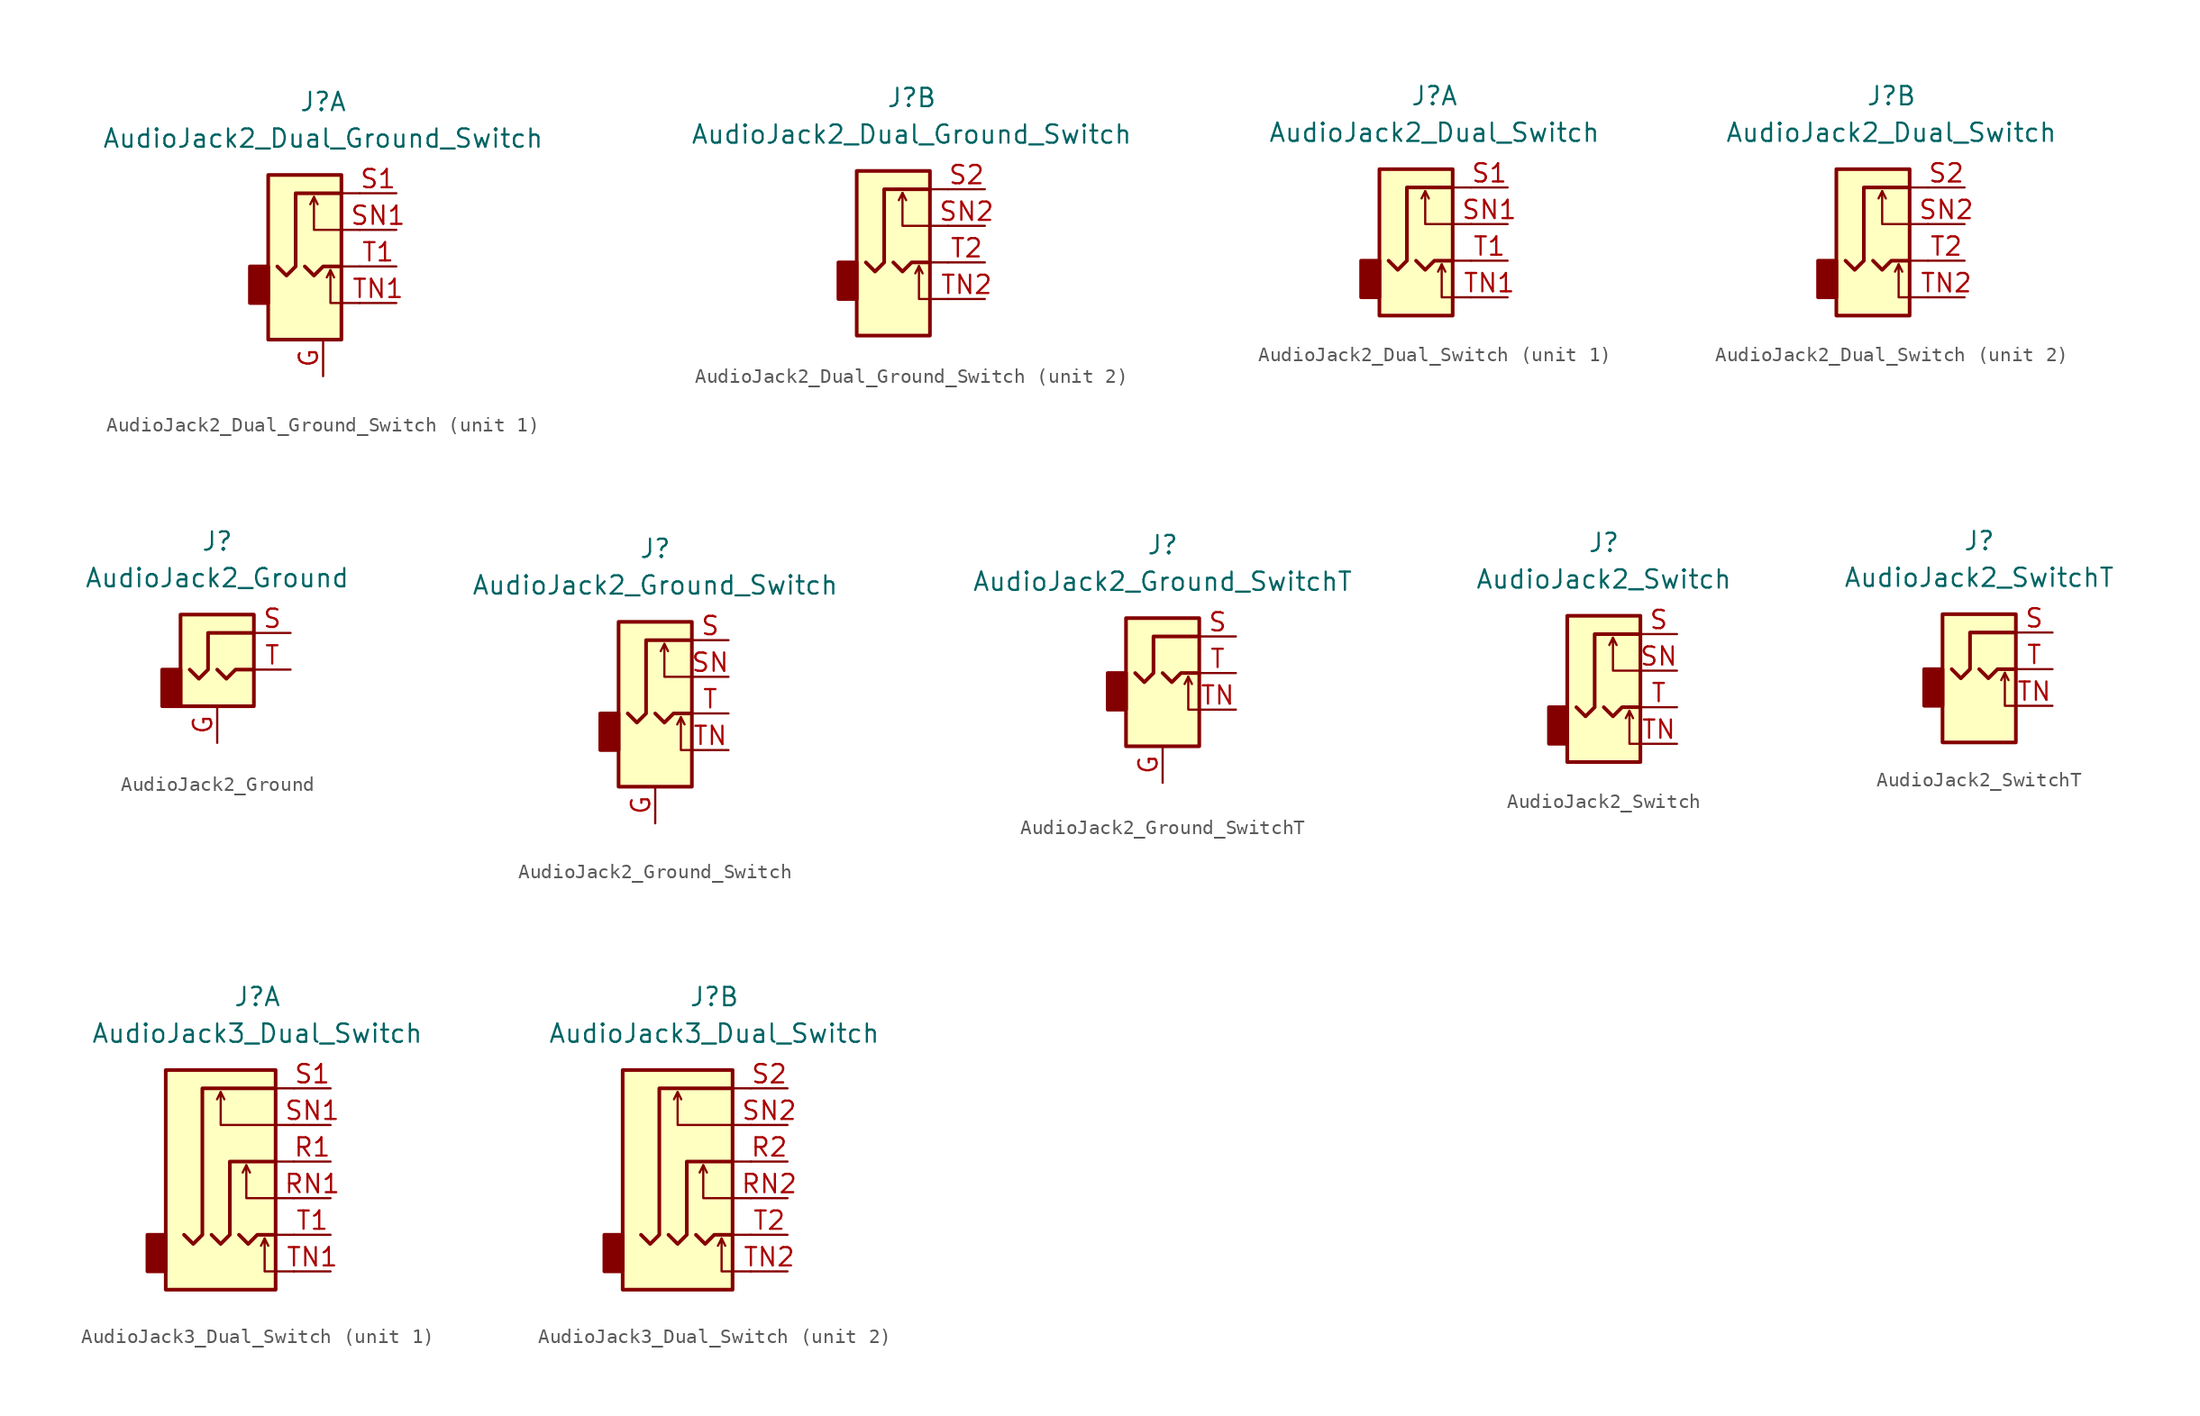
<source format=kicad_sym>
(kicad_symbol_lib
  (version 20241209)
  (generator "kicad_symbol_editor")
  (generator_version "9.0")
  (symbol "AudioJack2_Dual_Ground_Switch"
    (property "Reference" "J"
      (at 0 11.43 0)
      (effects (font (size 1.27 1.27))))
    (property "Value" "AudioJack2_Dual_Ground_Switch"
      (at 0 8.89 0)
      (effects (font (size 1.27 1.27))))
    (symbol "AudioJack2_Dual_Ground_Switch_0_1"
      (rectangle (start -5.08 0) (end -3.81 -2.54) (stroke (width 0.254) (type default)) (fill (type outline)))
      (polyline (pts (xy -1.27 0) (xy -0.635 -0.635) (xy 0 0) (xy 1.27 0)) (stroke (width 0.254) (type default)) (fill (type none)))
      (polyline (pts (xy -0.635 4.826) (xy -0.381 4.318)) (stroke (width 0) (type default)) (fill (type none)))
      (polyline (pts (xy 0.508 -0.254) (xy 0.762 -0.762)) (stroke (width 0) (type default)) (fill (type none)))
      (rectangle (start 1.27 6.35) (end -3.81 -5.08) (stroke (width 0.254) (type default)) (fill (type background)))
      (polyline (pts (xy 1.27 5.08) (xy -1.905 5.08) (xy -1.905 0) (xy -2.54 -0.635) (xy -3.175 0)) (stroke (width 0.254) (type default)) (fill (type none)))
      (polyline (pts (xy 1.27 2.54) (xy 2.54 2.54)) (stroke (width 0) (type default)) (fill (type none)))
      (polyline (pts (xy 1.27 2.54) (xy -0.635 2.54) (xy -0.635 4.826) (xy -0.889 4.318)) (stroke (width 0) (type default)) (fill (type none)))
      (polyline (pts (xy 1.27 -2.54) (xy 2.54 -2.54)) (stroke (width 0) (type default)) (fill (type none)))
      (polyline (pts (xy 1.27 -2.54) (xy 0.508 -2.54) (xy 0.508 -0.254) (xy 0.254 -0.762)) (stroke (width 0) (type default)) (fill (type none)))
      (polyline (pts (xy 2.54 5.08) (xy 1.27 5.08)) (stroke (width 0) (type default)) (fill (type none)))
      (polyline (pts (xy 2.54 0) (xy 1.27 0)) (stroke (width 0) (type default)) (fill (type none))))
    (symbol "AudioJack2_Dual_Ground_Switch_1_1"
      (pin passive line (at 0 -7.62 90) (length 2.54) (name "~" (effects (font (size 1.27 1.27)))) (number "G" (effects (font (size 1.27 1.27)))))
      (pin passive line (at 5.08 5.08 180) (length 2.54) (name "~" (effects (font (size 1.27 1.27)))) (number "S1" (effects (font (size 1.27 1.27)))))
      (pin passive line (at 5.08 2.54 180) (length 2.54) (name "~" (effects (font (size 1.27 1.27)))) (number "SN1" (effects (font (size 1.27 1.27)))))
      (pin passive line (at 5.08 0 180) (length 2.54) (name "~" (effects (font (size 1.27 1.27)))) (number "T1" (effects (font (size 1.27 1.27)))))
      (pin passive line (at 5.08 -2.54 180) (length 2.54) (name "~" (effects (font (size 1.27 1.27)))) (number "TN1" (effects (font (size 1.27 1.27))))))
    (symbol "AudioJack2_Dual_Ground_Switch_2_1"
      (pin passive line (at 5.08 5.08 180) (length 2.54) (name "~" (effects (font (size 1.27 1.27)))) (number "S2" (effects (font (size 1.27 1.27)))))
      (pin passive line (at 5.08 2.54 180) (length 2.54) (name "~" (effects (font (size 1.27 1.27)))) (number "SN2" (effects (font (size 1.27 1.27)))))
      (pin passive line (at 5.08 0 180) (length 2.54) (name "~" (effects (font (size 1.27 1.27)))) (number "T2" (effects (font (size 1.27 1.27)))))
      (pin passive line (at 5.08 -2.54 180) (length 2.54) (name "~" (effects (font (size 1.27 1.27)))) (number "TN2" (effects (font (size 1.27 1.27)))))))
  (symbol "AudioJack2_Dual_Switch"
    (property "Reference" "J"
      (at 0 11.43 0)
      (effects (font (size 1.27 1.27))))
    (property "Value" "AudioJack2_Dual_Switch"
      (at 0 8.89 0)
      (effects (font (size 1.27 1.27))))
    (symbol "AudioJack2_Dual_Switch_0_1"
      (rectangle (start -3.81 -2.54) (end -5.08 0) (stroke (width 0.254) (type default)) (fill (type outline)))
      (polyline (pts (xy -1.27 0) (xy -0.635 -0.635) (xy 0 0) (xy 1.27 0)) (stroke (width 0.254) (type default)) (fill (type none)))
      (polyline (pts (xy -0.635 4.826) (xy -0.381 4.318)) (stroke (width 0) (type default)) (fill (type none)))
      (polyline (pts (xy 0.508 -0.254) (xy 0.762 -0.762)) (stroke (width 0) (type default)) (fill (type none)))
      (rectangle (start 1.27 6.35) (end -3.81 -3.81) (stroke (width 0.254) (type default)) (fill (type background)))
      (polyline (pts (xy 1.27 5.08) (xy -1.905 5.08) (xy -1.905 0) (xy -2.54 -0.635) (xy -3.175 0)) (stroke (width 0.254) (type default)) (fill (type none)))
      (polyline (pts (xy 1.27 2.54) (xy 2.54 2.54)) (stroke (width 0) (type default)) (fill (type none)))
      (polyline (pts (xy 1.27 2.54) (xy -0.635 2.54) (xy -0.635 4.826) (xy -0.889 4.318)) (stroke (width 0) (type default)) (fill (type none)))
      (polyline (pts (xy 1.27 -2.54) (xy 2.54 -2.54)) (stroke (width 0) (type default)) (fill (type none)))
      (polyline (pts (xy 1.27 -2.54) (xy 0.508 -2.54) (xy 0.508 -0.254) (xy 0.254 -0.762)) (stroke (width 0) (type default)) (fill (type none)))
      (polyline (pts (xy 2.54 5.08) (xy 1.27 5.08)) (stroke (width 0) (type default)) (fill (type none)))
      (polyline (pts (xy 2.54 0) (xy 1.27 0)) (stroke (width 0) (type default)) (fill (type none))))
    (symbol "AudioJack2_Dual_Switch_1_1"
      (pin passive line (at 5.08 5.08 180) (length 2.54) (name "~" (effects (font (size 1.27 1.27)))) (number "S1" (effects (font (size 1.27 1.27)))))
      (pin passive line (at 5.08 2.54 180) (length 2.54) (name "~" (effects (font (size 1.27 1.27)))) (number "SN1" (effects (font (size 1.27 1.27)))))
      (pin passive line (at 5.08 0 180) (length 2.54) (name "~" (effects (font (size 1.27 1.27)))) (number "T1" (effects (font (size 1.27 1.27)))))
      (pin passive line (at 5.08 -2.54 180) (length 2.54) (name "~" (effects (font (size 1.27 1.27)))) (number "TN1" (effects (font (size 1.27 1.27))))))
    (symbol "AudioJack2_Dual_Switch_2_1"
      (pin passive line (at 5.08 5.08 180) (length 2.54) (name "~" (effects (font (size 1.27 1.27)))) (number "S2" (effects (font (size 1.27 1.27)))))
      (pin passive line (at 5.08 2.54 180) (length 2.54) (name "~" (effects (font (size 1.27 1.27)))) (number "SN2" (effects (font (size 1.27 1.27)))))
      (pin passive line (at 5.08 0 180) (length 2.54) (name "~" (effects (font (size 1.27 1.27)))) (number "T2" (effects (font (size 1.27 1.27)))))
      (pin passive line (at 5.08 -2.54 180) (length 2.54) (name "~" (effects (font (size 1.27 1.27)))) (number "TN2" (effects (font (size 1.27 1.27)))))))
  (symbol "AudioJack2_Ground"
    (property "Reference" "J"
      (at 0 8.89 0)
      (effects (font (size 1.27 1.27))))
    (property "Value" "AudioJack2_Ground"
      (at 0 6.35 0)
      (effects (font (size 1.27 1.27))))
    (symbol "AudioJack2_Ground_0_1"
      (rectangle (start -2.54 -2.54) (end -3.81 0) (stroke (width 0.254) (type default)) (fill (type outline)))
      (polyline (pts (xy 0 0) (xy 0.635 -0.635) (xy 1.27 0) (xy 2.54 0)) (stroke (width 0.254) (type default)) (fill (type none)))
      (rectangle (start 2.54 3.81) (end -2.54 -2.54) (stroke (width 0.254) (type default)) (fill (type background)))
      (polyline (pts (xy 2.54 2.54) (xy -0.635 2.54) (xy -0.635 0) (xy -1.27 -0.635) (xy -1.905 0)) (stroke (width 0.254) (type default)) (fill (type none))))
    (symbol "AudioJack2_Ground_1_1"
      (pin passive line (at 0 -5.08 90) (length 2.54) (name "~" (effects (font (size 1.27 1.27)))) (number "G" (effects (font (size 1.27 1.27)))))
      (pin passive line (at 5.08 2.54 180) (length 2.54) (name "~" (effects (font (size 1.27 1.27)))) (number "S" (effects (font (size 1.27 1.27)))))
      (pin passive line (at 5.08 0 180) (length 2.54) (name "~" (effects (font (size 1.27 1.27)))) (number "T" (effects (font (size 1.27 1.27)))))))
  (symbol "AudioJack2_Ground_Switch"
    (property "Reference" "J"
      (at 0 11.43 0)
      (effects (font (size 1.27 1.27))))
    (property "Value" "AudioJack2_Ground_Switch"
      (at 0 8.89 0)
      (effects (font (size 1.27 1.27))))
    (symbol "AudioJack2_Ground_Switch_0_1"
      (rectangle (start -2.54 -2.54) (end -3.81 0) (stroke (width 0.254) (type default)) (fill (type outline)))
      (rectangle (start 2.54 6.35) (end -2.54 -5.08) (stroke (width 0.254) (type default)) (fill (type background))))
    (symbol "AudioJack2_Ground_Switch_1_1"
      (polyline (pts (xy 0 0) (xy 0.635 -0.635) (xy 1.27 0) (xy 2.54 0)) (stroke (width 0.254) (type default)) (fill (type none)))
      (polyline (pts (xy 0.635 4.826) (xy 0.889 4.318)) (stroke (width 0) (type default)) (fill (type none)))
      (polyline (pts (xy 1.778 -0.254) (xy 2.032 -0.762)) (stroke (width 0) (type default)) (fill (type none)))
      (polyline (pts (xy 2.54 5.08) (xy -0.635 5.08) (xy -0.635 0) (xy -1.27 -0.635) (xy -1.905 0)) (stroke (width 0.254) (type default)) (fill (type none)))
      (polyline (pts (xy 2.54 2.54) (xy 0.635 2.54) (xy 0.635 4.826) (xy 0.381 4.318)) (stroke (width 0) (type default)) (fill (type none)))
      (polyline (pts (xy 2.54 -2.54) (xy 1.778 -2.54) (xy 1.778 -0.254) (xy 1.524 -0.762)) (stroke (width 0) (type default)) (fill (type none)))
      (pin passive line (at 0 -7.62 90) (length 2.54) (name "~" (effects (font (size 1.27 1.27)))) (number "G" (effects (font (size 1.27 1.27)))))
      (pin passive line (at 5.08 5.08 180) (length 2.54) (name "~" (effects (font (size 1.27 1.27)))) (number "S" (effects (font (size 1.27 1.27)))))
      (pin passive line (at 5.08 2.54 180) (length 2.54) (name "~" (effects (font (size 1.27 1.27)))) (number "SN" (effects (font (size 1.27 1.27)))))
      (pin passive line (at 5.08 0 180) (length 2.54) (name "~" (effects (font (size 1.27 1.27)))) (number "T" (effects (font (size 1.27 1.27)))))
      (pin passive line (at 5.08 -2.54 180) (length 2.54) (name "~" (effects (font (size 1.27 1.27)))) (number "TN" (effects (font (size 1.27 1.27)))))))
  (symbol "AudioJack2_Ground_SwitchT"
    (property "Reference" "J"
      (at 0 8.89 0)
      (effects (font (size 1.27 1.27))))
    (property "Value" "AudioJack2_Ground_SwitchT"
      (at 0 6.35 0)
      (effects (font (size 1.27 1.27))))
    (symbol "AudioJack2_Ground_SwitchT_0_1"
      (rectangle (start -2.54 0) (end -3.81 -2.54) (stroke (width 0.254) (type default)) (fill (type outline)))
      (polyline (pts (xy 0 0) (xy 0.635 -0.635) (xy 1.27 0) (xy 2.54 0)) (stroke (width 0.254) (type default)) (fill (type none)))
      (polyline (pts (xy 1.778 -0.254) (xy 2.032 -0.762)) (stroke (width 0) (type default)) (fill (type none)))
      (rectangle (start 2.54 3.81) (end -2.54 -5.08) (stroke (width 0.254) (type default)) (fill (type background)))
      (polyline (pts (xy 2.54 2.54) (xy -0.635 2.54) (xy -0.635 0) (xy -1.27 -0.635) (xy -1.905 0)) (stroke (width 0.254) (type default)) (fill (type none)))
      (polyline (pts (xy 2.54 -2.54) (xy 1.778 -2.54) (xy 1.778 -0.254) (xy 1.524 -0.762)) (stroke (width 0) (type default)) (fill (type none))))
    (symbol "AudioJack2_Ground_SwitchT_1_1"
      (pin passive line (at 0 -7.62 90) (length 2.54) (name "~" (effects (font (size 1.27 1.27)))) (number "G" (effects (font (size 1.27 1.27)))))
      (pin passive line (at 5.08 2.54 180) (length 2.54) (name "~" (effects (font (size 1.27 1.27)))) (number "S" (effects (font (size 1.27 1.27)))))
      (pin passive line (at 5.08 0 180) (length 2.54) (name "~" (effects (font (size 1.27 1.27)))) (number "T" (effects (font (size 1.27 1.27)))))
      (pin passive line (at 5.08 -2.54 180) (length 2.54) (name "~" (effects (font (size 1.27 1.27)))) (number "TN" (effects (font (size 1.27 1.27)))))))
  (symbol "AudioJack2_Switch"
    (property "Reference" "J"
      (at 0 11.43 0)
      (effects (font (size 1.27 1.27))))
    (property "Value" "AudioJack2_Switch"
      (at 0 8.89 0)
      (effects (font (size 1.27 1.27))))
    (symbol "AudioJack2_Switch_0_1"
      (rectangle (start -2.54 0) (end -3.81 -2.54) (stroke (width 0.254) (type default)) (fill (type outline)))
      (rectangle (start 2.54 6.35) (end -2.54 -3.81) (stroke (width 0.254) (type default)) (fill (type background))))
    (symbol "AudioJack2_Switch_1_1"
      (polyline (pts (xy 0 0) (xy 0.635 -0.635) (xy 1.27 0) (xy 2.54 0)) (stroke (width 0.254) (type default)) (fill (type none)))
      (polyline (pts (xy 0.635 4.826) (xy 0.889 4.318)) (stroke (width 0) (type default)) (fill (type none)))
      (polyline (pts (xy 1.778 -0.254) (xy 2.032 -0.762)) (stroke (width 0) (type default)) (fill (type none)))
      (polyline (pts (xy 2.54 5.08) (xy -0.635 5.08) (xy -0.635 0) (xy -1.27 -0.635) (xy -1.905 0)) (stroke (width 0.254) (type default)) (fill (type none)))
      (polyline (pts (xy 2.54 2.54) (xy 0.635 2.54) (xy 0.635 4.826) (xy 0.381 4.318)) (stroke (width 0) (type default)) (fill (type none)))
      (polyline (pts (xy 2.54 -2.54) (xy 1.778 -2.54) (xy 1.778 -0.254) (xy 1.524 -0.762)) (stroke (width 0) (type default)) (fill (type none)))
      (pin passive line (at 5.08 5.08 180) (length 2.54) (name "~" (effects (font (size 1.27 1.27)))) (number "S" (effects (font (size 1.27 1.27)))))
      (pin passive line (at 5.08 2.54 180) (length 2.54) (name "~" (effects (font (size 1.27 1.27)))) (number "SN" (effects (font (size 1.27 1.27)))))
      (pin passive line (at 5.08 0 180) (length 2.54) (name "~" (effects (font (size 1.27 1.27)))) (number "T" (effects (font (size 1.27 1.27)))))
      (pin passive line (at 5.08 -2.54 180) (length 2.54) (name "~" (effects (font (size 1.27 1.27)))) (number "TN" (effects (font (size 1.27 1.27)))))))
  (symbol "AudioJack2_SwitchT"
    (property "Reference" "J"
      (at 0 8.89 0)
      (effects (font (size 1.27 1.27))))
    (property "Value" "AudioJack2_SwitchT"
      (at 0 6.35 0)
      (effects (font (size 1.27 1.27))))
    (symbol "AudioJack2_SwitchT_0_1"
      (rectangle (start -2.54 0) (end -3.81 -2.54) (stroke (width 0.254) (type default)) (fill (type outline)))
      (polyline (pts (xy 0 0) (xy 0.635 -0.635) (xy 1.27 0) (xy 2.54 0)) (stroke (width 0.254) (type default)) (fill (type none)))
      (polyline (pts (xy 1.778 -0.254) (xy 2.032 -0.762)) (stroke (width 0) (type default)) (fill (type none)))
      (rectangle (start 2.54 3.81) (end -2.54 -5.08) (stroke (width 0.254) (type default)) (fill (type background)))
      (polyline (pts (xy 2.54 2.54) (xy -0.635 2.54) (xy -0.635 0) (xy -1.27 -0.635) (xy -1.905 0)) (stroke (width 0.254) (type default)) (fill (type none)))
      (polyline (pts (xy 2.54 -2.54) (xy 1.778 -2.54) (xy 1.778 -0.254) (xy 1.524 -0.762)) (stroke (width 0) (type default)) (fill (type none))))
    (symbol "AudioJack2_SwitchT_1_1"
      (pin passive line (at 5.08 2.54 180) (length 2.54) (name "~" (effects (font (size 1.27 1.27)))) (number "S" (effects (font (size 1.27 1.27)))))
      (pin passive line (at 5.08 0 180) (length 2.54) (name "~" (effects (font (size 1.27 1.27)))) (number "T" (effects (font (size 1.27 1.27)))))
      (pin passive line (at 5.08 -2.54 180) (length 2.54) (name "~" (effects (font (size 1.27 1.27)))) (number "TN" (effects (font (size 1.27 1.27)))))))
  (symbol "AudioJack3_Dual_Switch"
    (property "Reference" "J"
      (at 0 11.43 0)
      (effects (font (size 1.27 1.27))))
    (property "Value" "AudioJack3_Dual_Switch"
      (at 0 8.89 0)
      (effects (font (size 1.27 1.27))))
    (symbol "AudioJack3_Dual_Switch_0_1"
      (rectangle (start -6.35 -5.08) (end -7.62 -7.62) (stroke (width 0.254) (type default)) (fill (type outline)))
      (polyline (pts (xy -3.175 -5.08) (xy -2.54 -5.715) (xy -1.905 -5.08) (xy -1.905 0) (xy 1.27 0)) (stroke (width 0.254) (type default)) (fill (type none)))
      (polyline (pts (xy -2.54 4.826) (xy -2.286 4.318)) (stroke (width 0) (type default)) (fill (type none)))
      (polyline (pts (xy -1.27 -5.08) (xy -0.635 -5.715) (xy 0 -5.08) (xy 1.27 -5.08)) (stroke (width 0.254) (type default)) (fill (type none)))
      (polyline (pts (xy -0.762 -0.254) (xy -0.508 -0.762)) (stroke (width 0) (type default)) (fill (type none)))
      (polyline (pts (xy 0.508 -5.334) (xy 0.762 -5.842)) (stroke (width 0) (type default)) (fill (type none)))
      (rectangle (start 1.27 6.35) (end -6.35 -8.89) (stroke (width 0.254) (type default)) (fill (type background)))
      (polyline (pts (xy 1.27 5.08) (xy -3.81 5.08) (xy -3.81 -5.08) (xy -4.445 -5.715) (xy -5.08 -5.08)) (stroke (width 0.254) (type default)) (fill (type none)))
      (polyline (pts (xy 1.27 0) (xy 2.54 0)) (stroke (width 0) (type default)) (fill (type none)))
      (polyline (pts (xy 2.54 5.08) (xy 1.27 5.08)) (stroke (width 0) (type default)) (fill (type none)))
      (polyline (pts (xy 2.54 2.54) (xy -2.54 2.54) (xy -2.54 4.826) (xy -2.794 4.318)) (stroke (width 0) (type default)) (fill (type none)))
      (polyline (pts (xy 2.54 -2.54) (xy -0.762 -2.54) (xy -0.762 -0.254) (xy -1.016 -0.762)) (stroke (width 0) (type default)) (fill (type none)))
      (polyline (pts (xy 2.54 -5.08) (xy 1.27 -5.08)) (stroke (width 0) (type default)) (fill (type none)))
      (polyline (pts (xy 2.54 -7.62) (xy 0.508 -7.62) (xy 0.508 -5.334) (xy 0.254 -5.842)) (stroke (width 0) (type default)) (fill (type none))))
    (symbol "AudioJack3_Dual_Switch_1_1"
      (pin passive line (at 5.08 5.08 180) (length 2.54) (name "~" (effects (font (size 1.27 1.27)))) (number "S1" (effects (font (size 1.27 1.27)))))
      (pin passive line (at 5.08 2.54 180) (length 2.54) (name "~" (effects (font (size 1.27 1.27)))) (number "SN1" (effects (font (size 1.27 1.27)))))
      (pin passive line (at 5.08 0 180) (length 2.54) (name "~" (effects (font (size 1.27 1.27)))) (number "R1" (effects (font (size 1.27 1.27)))))
      (pin passive line (at 5.08 -2.54 180) (length 2.54) (name "~" (effects (font (size 1.27 1.27)))) (number "RN1" (effects (font (size 1.27 1.27)))))
      (pin passive line (at 5.08 -5.08 180) (length 2.54) (name "~" (effects (font (size 1.27 1.27)))) (number "T1" (effects (font (size 1.27 1.27)))))
      (pin passive line (at 5.08 -7.62 180) (length 2.54) (name "~" (effects (font (size 1.27 1.27)))) (number "TN1" (effects (font (size 1.27 1.27))))))
    (symbol "AudioJack3_Dual_Switch_2_1"
      (pin passive line (at 5.08 5.08 180) (length 2.54) (name "~" (effects (font (size 1.27 1.27)))) (number "S2" (effects (font (size 1.27 1.27)))))
      (pin passive line (at 5.08 2.54 180) (length 2.54) (name "~" (effects (font (size 1.27 1.27)))) (number "SN2" (effects (font (size 1.27 1.27)))))
      (pin passive line (at 5.08 0 180) (length 2.54) (name "~" (effects (font (size 1.27 1.27)))) (number "R2" (effects (font (size 1.27 1.27)))))
      (pin passive line (at 5.08 -2.54 180) (length 2.54) (name "~" (effects (font (size 1.27 1.27)))) (number "RN2" (effects (font (size 1.27 1.27)))))
      (pin passive line (at 5.08 -5.08 180) (length 2.54) (name "~" (effects (font (size 1.27 1.27)))) (number "T2" (effects (font (size 1.27 1.27)))))
      (pin passive line (at 5.08 -7.62 180) (length 2.54) (name "~" (effects (font (size 1.27 1.27)))) (number "TN2" (effects (font (size 1.27 1.27))))))))
</source>
